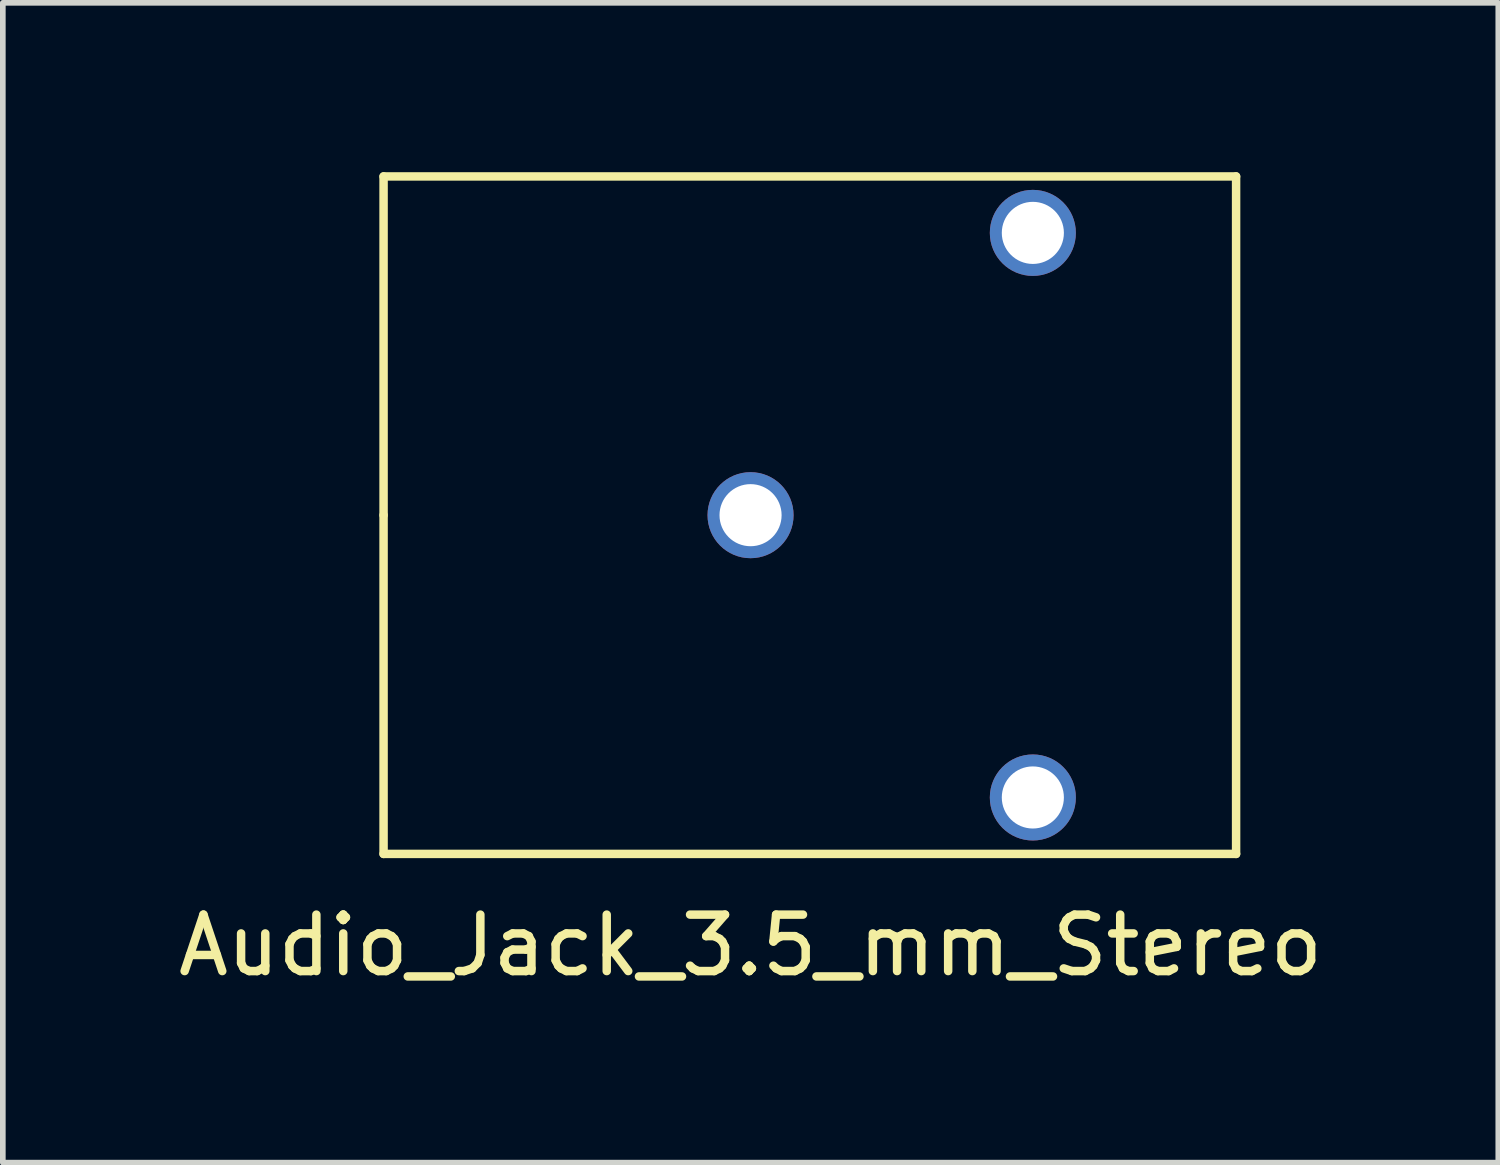
<source format=kicad_pcb>
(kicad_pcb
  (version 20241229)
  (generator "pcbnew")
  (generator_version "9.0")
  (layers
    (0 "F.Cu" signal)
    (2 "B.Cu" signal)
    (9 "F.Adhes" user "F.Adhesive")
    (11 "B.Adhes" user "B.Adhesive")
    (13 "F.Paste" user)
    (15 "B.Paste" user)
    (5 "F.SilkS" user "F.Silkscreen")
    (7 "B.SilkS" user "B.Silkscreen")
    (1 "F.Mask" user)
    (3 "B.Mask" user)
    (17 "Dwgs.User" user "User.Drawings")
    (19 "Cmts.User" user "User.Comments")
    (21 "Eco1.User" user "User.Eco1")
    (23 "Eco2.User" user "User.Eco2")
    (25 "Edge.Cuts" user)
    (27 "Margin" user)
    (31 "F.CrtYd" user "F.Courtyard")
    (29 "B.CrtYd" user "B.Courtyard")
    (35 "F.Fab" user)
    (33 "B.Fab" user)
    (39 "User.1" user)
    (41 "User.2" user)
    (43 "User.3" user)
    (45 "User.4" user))
  (footprint "Audio_Jack_3.5_mm_Stereo"
    (layer "F.Cu")
    (at 10.244 6.075)
    (property "Reference" "Audio_Jack_3.5_mm_Stereo" (at 0 7.62 0) (layer "F.SilkS") (effects (font (size 1 1) (thickness 0.15))))
    (attr through_hole)
    (fp_line (start -6.5 -6) (end 8.6 -6) (stroke (width 0.15) (type solid)) (layer "F.SilkS"))
    (fp_line (start -6.5 0) (end -6.5 -6) (stroke (width 0.15) (type solid)) (layer "F.SilkS"))
    (fp_line (start -6.5 0) (end -6.5 6) (stroke (width 0.15) (type solid)) (layer "F.SilkS"))
    (fp_line (start 8.6 -6) (end 8.6 6) (stroke (width 0.15) (type solid)) (layer "F.SilkS"))
    (fp_line (start 8.6 6) (end -6.5 6) (stroke (width 0.15) (type solid)) (layer "F.SilkS"))
    (pad "1" thru_hole circle (at 0 0) (size 1.524 1.524) (drill 1.1) (layers "*.Cu" "*.Mask"))
    (pad "2" thru_hole circle (at 5 -5) (size 1.524 1.524) (drill 1.1) (layers "*.Cu" "*.Mask"))
    (pad "3" thru_hole circle (at 5 5) (size 1.524 1.524) (drill 1.1) (layers "*.Cu" "*.Mask")))
  (gr_rect
    (start -3 -3)
    (end 23.488 17.543)
    (stroke (width 0.1) (type default))
    (fill no)
    (layer "Edge.Cuts")))
</source>
